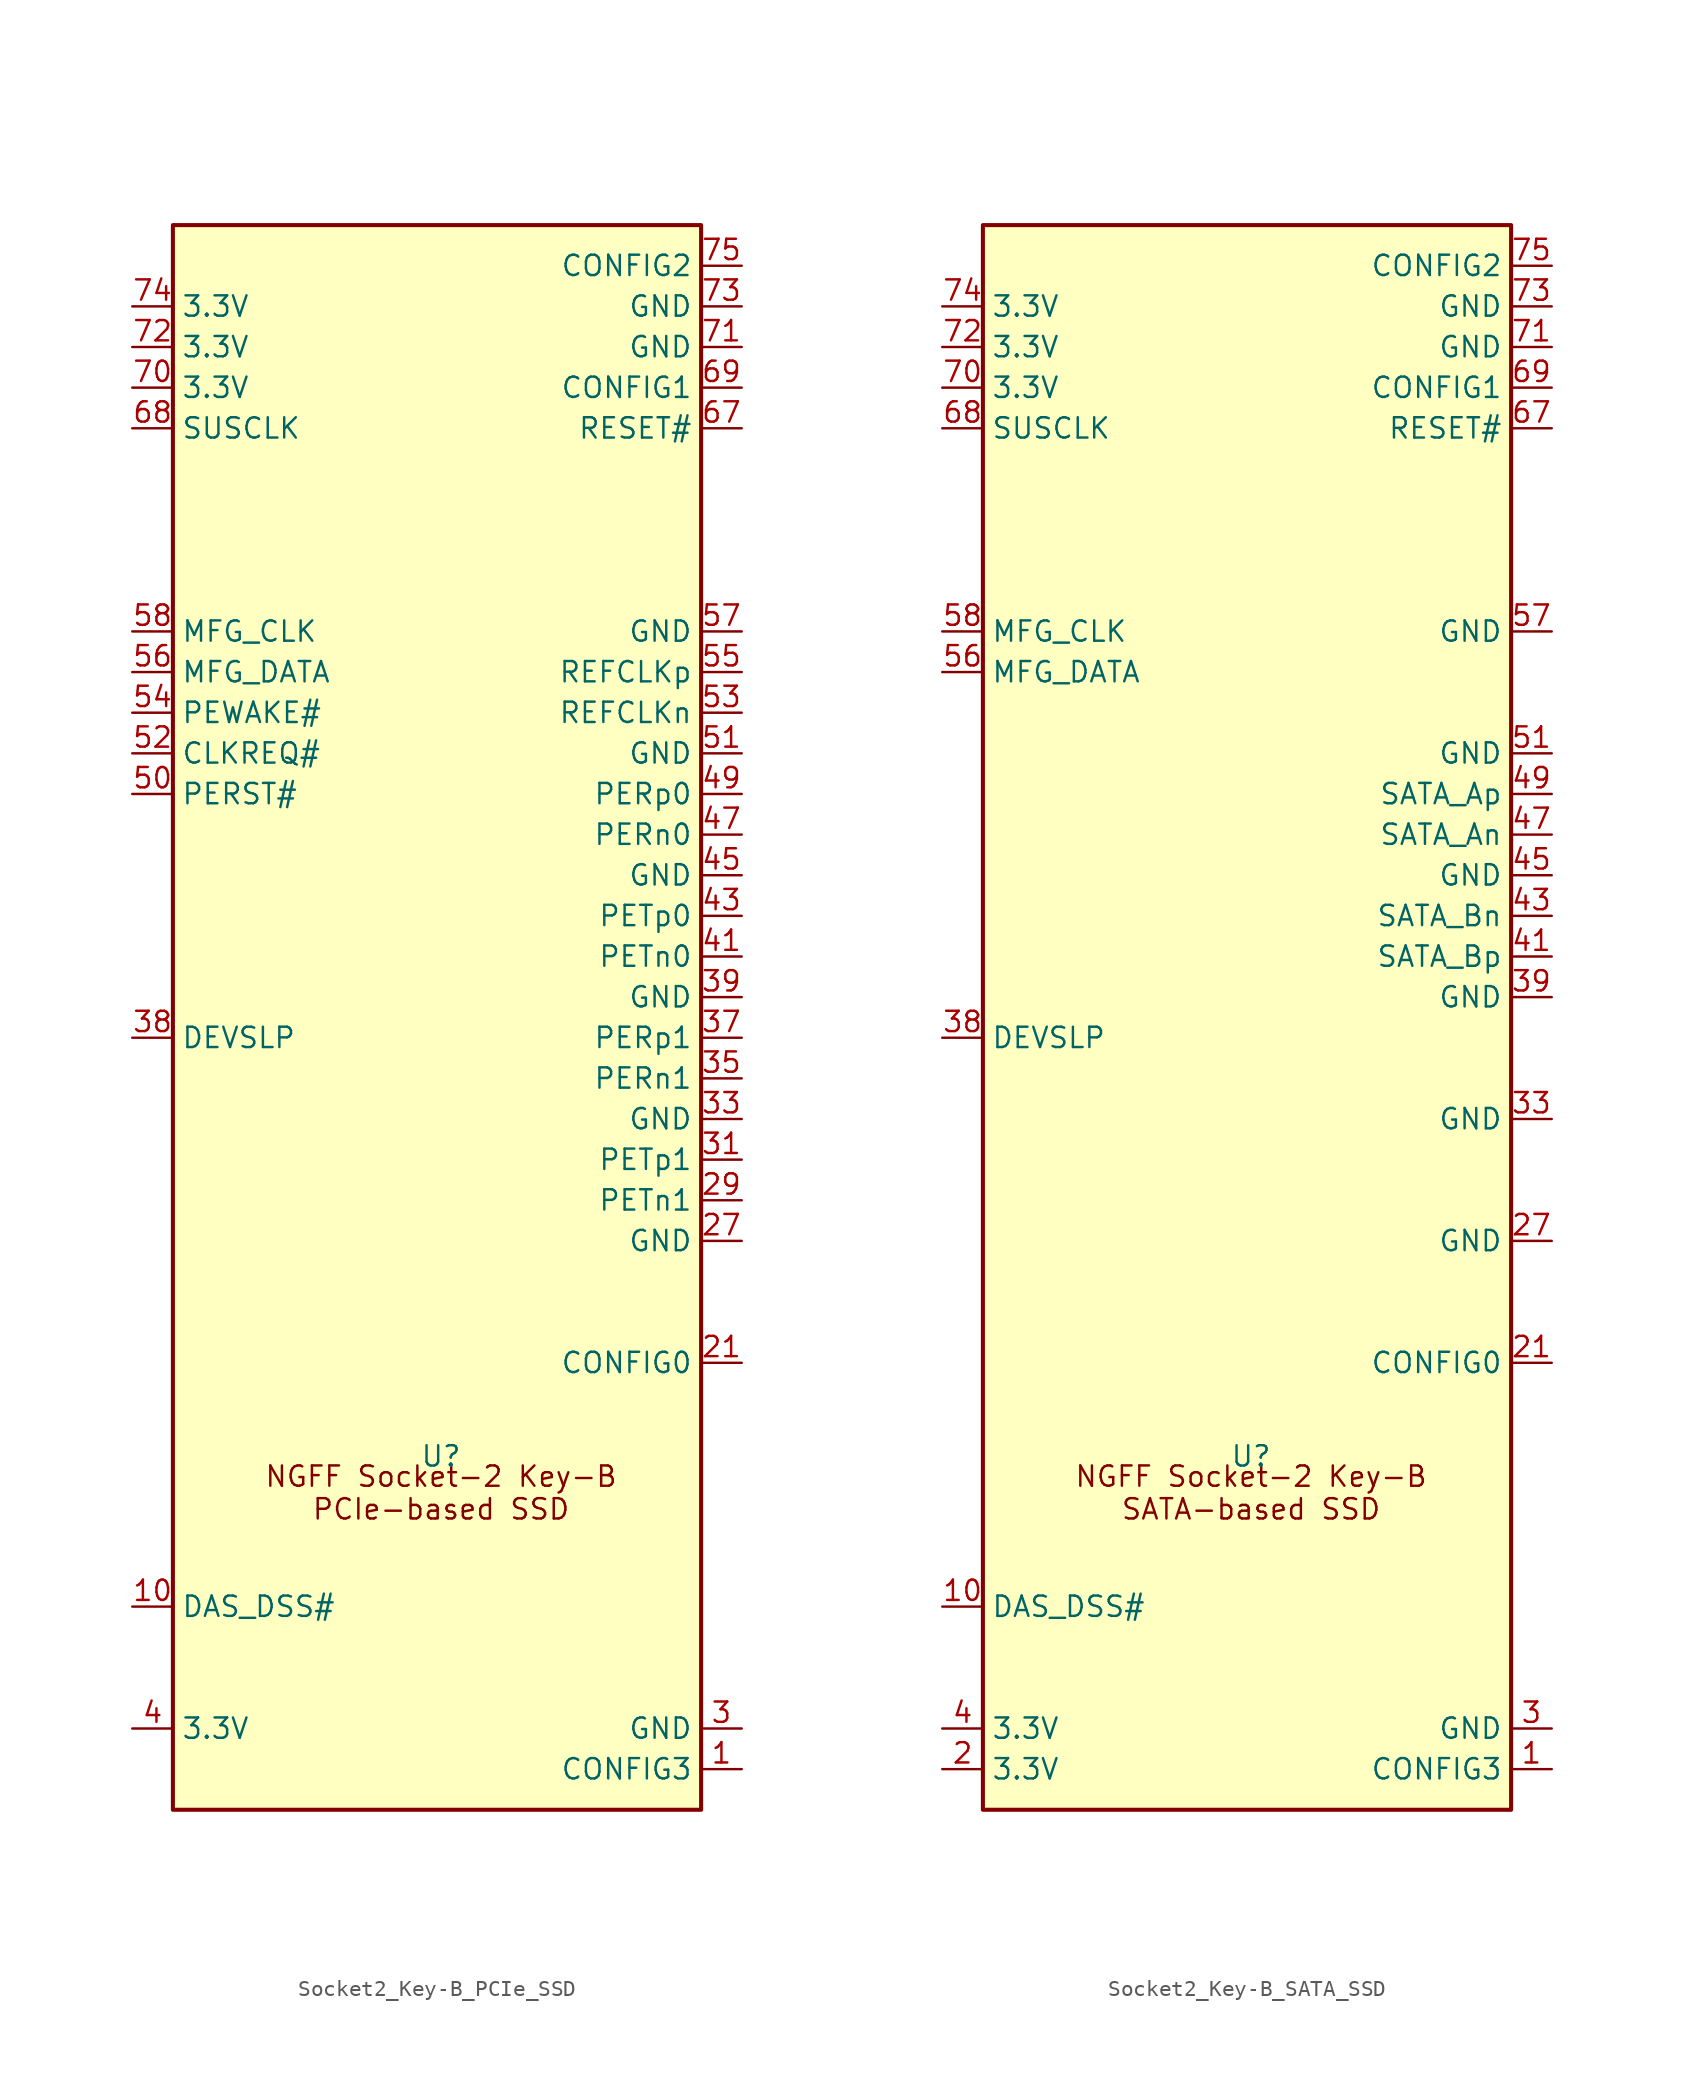
<source format=kicad_sym>
(kicad_symbol_lib
  (version 20241209)
  (generator "kicad_symbol_editor")
  (generator_version "9.0")
  (symbol "Socket2_Key-B_PCIe_SSD"
    (property "Reference" "U"
      (at 16.764 22.098 0)
      (effects (font (size 1.27 1.27))))
    (property "Value" ""
      (at 0 0 0)
      (effects (font (size 1.27 1.27))))
    (symbol "Socket2_Key-B_PCIe_SSD_0_1"
      (rectangle (start 0 99.06) (end 33.02 0) (stroke (width 0.254) (type default)) (fill (type background))))
    (symbol "Socket2_Key-B_PCIe_SSD_1_1"
      (text "NGFF Socket-2 Key-B\nPCIe-based SSD" (at 16.764 19.812 0) (effects (font (size 1.27 1.27))))
      (pin power_in line (at -2.54 93.98 0) (length 2.54) (name "3.3V" (effects (font (size 1.27 1.27)))) (number "74" (effects (font (size 1.27 1.27)))))
      (pin power_in line (at -2.54 91.44 0) (length 2.54) (name "3.3V" (effects (font (size 1.27 1.27)))) (number "72" (effects (font (size 1.27 1.27)))))
      (pin power_in line (at -2.54 88.9 0) (length 2.54) (name "3.3V" (effects (font (size 1.27 1.27)))) (number "70" (effects (font (size 1.27 1.27)))))
      (pin input line (at -2.54 86.36 0) (length 2.54) (name "SUSCLK" (effects (font (size 1.27 1.27)))) (number "68" (effects (font (size 1.27 1.27)))))
      (pin bidirectional line (at -2.54 73.66 0) (length 2.54) (name "MFG_CLK" (effects (font (size 1.27 1.27)))) (number "58" (effects (font (size 1.27 1.27)))))
      (pin bidirectional line (at -2.54 71.12 0) (length 2.54) (name "MFG_DATA" (effects (font (size 1.27 1.27)))) (number "56" (effects (font (size 1.27 1.27)))))
      (pin bidirectional line (at -2.54 68.58 0) (length 2.54) (name "PEWAKE#" (effects (font (size 1.27 1.27)))) (number "54" (effects (font (size 1.27 1.27)))))
      (pin bidirectional line (at -2.54 66.04 0) (length 2.54) (name "CLKREQ#" (effects (font (size 1.27 1.27)))) (number "52" (effects (font (size 1.27 1.27)))))
      (pin input line (at -2.54 63.5 0) (length 2.54) (name "PERST#" (effects (font (size 1.27 1.27)))) (number "50" (effects (font (size 1.27 1.27)))))
      (pin no_connect line (at -2.54 60.96 0) (length 2.54) (hide yes) (name "NC" (effects (font (size 1.27 1.27)))) (number "48" (effects (font (size 1.27 1.27)))))
      (pin no_connect line (at -2.54 58.42 0) (length 2.54) (hide yes) (name "NC" (effects (font (size 1.27 1.27)))) (number "46" (effects (font (size 1.27 1.27)))))
      (pin no_connect line (at -2.54 55.88 0) (length 2.54) (hide yes) (name "NC" (effects (font (size 1.27 1.27)))) (number "44" (effects (font (size 1.27 1.27)))))
      (pin no_connect line (at -2.54 53.34 0) (length 2.54) (hide yes) (name "NC" (effects (font (size 1.27 1.27)))) (number "42" (effects (font (size 1.27 1.27)))))
      (pin no_connect line (at -2.54 50.8 0) (length 2.54) (hide yes) (name "NC" (effects (font (size 1.27 1.27)))) (number "40" (effects (font (size 1.27 1.27)))))
      (pin input line (at -2.54 48.26 0) (length 2.54) (name "DEVSLP" (effects (font (size 1.27 1.27)))) (number "38" (effects (font (size 1.27 1.27)))))
      (pin no_connect line (at -2.54 45.72 0) (length 2.54) (hide yes) (name "NC" (effects (font (size 1.27 1.27)))) (number "36" (effects (font (size 1.27 1.27)))))
      (pin no_connect line (at -2.54 43.18 0) (length 2.54) (hide yes) (name "NC" (effects (font (size 1.27 1.27)))) (number "34" (effects (font (size 1.27 1.27)))))
      (pin no_connect line (at -2.54 40.64 0) (length 2.54) (hide yes) (name "NC" (effects (font (size 1.27 1.27)))) (number "32" (effects (font (size 1.27 1.27)))))
      (pin no_connect line (at -2.54 38.1 0) (length 2.54) (hide yes) (name "NC" (effects (font (size 1.27 1.27)))) (number "30" (effects (font (size 1.27 1.27)))))
      (pin no_connect line (at -2.54 35.56 0) (length 2.54) (hide yes) (name "NC" (effects (font (size 1.27 1.27)))) (number "28" (effects (font (size 1.27 1.27)))))
      (pin no_connect line (at -2.54 33.02 0) (length 2.54) (hide yes) (name "NC" (effects (font (size 1.27 1.27)))) (number "26" (effects (font (size 1.27 1.27)))))
      (pin no_connect line (at -2.54 30.48 0) (length 2.54) (hide yes) (name "NC" (effects (font (size 1.27 1.27)))) (number "24" (effects (font (size 1.27 1.27)))))
      (pin no_connect line (at -2.54 27.94 0) (length 2.54) (hide yes) (name "NC" (effects (font (size 1.27 1.27)))) (number "22" (effects (font (size 1.27 1.27)))))
      (pin no_connect line (at -2.54 25.4 0) (length 2.54) (hide yes) (name "NC" (effects (font (size 1.27 1.27)))) (number "20" (effects (font (size 1.27 1.27)))))
      (pin output line (at -2.54 12.7 0) (length 2.54) (name "DAS_DSS#" (effects (font (size 1.27 1.27)))) (number "10" (effects (font (size 1.27 1.27)))))
      (pin no_connect line (at -2.54 10.16 0) (length 2.54) (hide yes) (name "NC" (effects (font (size 1.27 1.27)))) (number "8" (effects (font (size 1.27 1.27)))))
      (pin no_connect line (at -2.54 7.62 0) (length 2.54) (hide yes) (name "NC" (effects (font (size 1.27 1.27)))) (number "6" (effects (font (size 1.27 1.27)))))
      (pin power_in line (at -2.54 5.08 0) (length 2.54) (name "3.3V" (effects (font (size 1.27 1.27)))) (number "4" (effects (font (size 1.27 1.27)))))
      (pin power_in line (at -2.54 2.54 0) (length 2.54) (hide yes) (name "3.3V" (effects (font (size 1.27 1.27)))) (number "2" (effects (font (size 1.27 1.27)))))
      (pin output line (at 35.56 96.52 180) (length 2.54) (name "CONFIG2" (effects (font (size 1.27 1.27)))) (number "75" (effects (font (size 1.27 1.27)))))
      (pin power_in line (at 35.56 93.98 180) (length 2.54) (name "GND" (effects (font (size 1.27 1.27)))) (number "73" (effects (font (size 1.27 1.27)))))
      (pin power_in line (at 35.56 91.44 180) (length 2.54) (name "GND" (effects (font (size 1.27 1.27)))) (number "71" (effects (font (size 1.27 1.27)))))
      (pin output line (at 35.56 88.9 180) (length 2.54) (name "CONFIG1" (effects (font (size 1.27 1.27)))) (number "69" (effects (font (size 1.27 1.27)))))
      (pin input line (at 35.56 86.36 180) (length 2.54) (name "RESET#" (effects (font (size 1.27 1.27)))) (number "67" (effects (font (size 1.27 1.27)))))
      (pin power_in line (at 35.56 73.66 180) (length 2.54) (name "GND" (effects (font (size 1.27 1.27)))) (number "57" (effects (font (size 1.27 1.27)))))
      (pin bidirectional line (at 35.56 71.12 180) (length 2.54) (name "REFCLKp" (effects (font (size 1.27 1.27)))) (number "55" (effects (font (size 1.27 1.27)))))
      (pin bidirectional line (at 35.56 68.58 180) (length 2.54) (name "REFCLKn" (effects (font (size 1.27 1.27)))) (number "53" (effects (font (size 1.27 1.27)))))
      (pin power_in line (at 35.56 66.04 180) (length 2.54) (name "GND" (effects (font (size 1.27 1.27)))) (number "51" (effects (font (size 1.27 1.27)))))
      (pin bidirectional line (at 35.56 63.5 180) (length 2.54) (name "PERp0" (effects (font (size 1.27 1.27)))) (number "49" (effects (font (size 1.27 1.27)))))
      (pin bidirectional line (at 35.56 60.96 180) (length 2.54) (name "PERn0" (effects (font (size 1.27 1.27)))) (number "47" (effects (font (size 1.27 1.27)))))
      (pin power_in line (at 35.56 58.42 180) (length 2.54) (name "GND" (effects (font (size 1.27 1.27)))) (number "45" (effects (font (size 1.27 1.27)))))
      (pin bidirectional line (at 35.56 55.88 180) (length 2.54) (name "PETp0" (effects (font (size 1.27 1.27)))) (number "43" (effects (font (size 1.27 1.27)))))
      (pin bidirectional line (at 35.56 53.34 180) (length 2.54) (name "PETn0" (effects (font (size 1.27 1.27)))) (number "41" (effects (font (size 1.27 1.27)))))
      (pin power_in line (at 35.56 50.8 180) (length 2.54) (name "GND" (effects (font (size 1.27 1.27)))) (number "39" (effects (font (size 1.27 1.27)))))
      (pin bidirectional line (at 35.56 48.26 180) (length 2.54) (name "PERp1" (effects (font (size 1.27 1.27)))) (number "37" (effects (font (size 1.27 1.27)))))
      (pin bidirectional line (at 35.56 45.72 180) (length 2.54) (name "PERn1" (effects (font (size 1.27 1.27)))) (number "35" (effects (font (size 1.27 1.27)))))
      (pin power_in line (at 35.56 43.18 180) (length 2.54) (name "GND" (effects (font (size 1.27 1.27)))) (number "33" (effects (font (size 1.27 1.27)))))
      (pin bidirectional line (at 35.56 40.64 180) (length 2.54) (name "PETp1" (effects (font (size 1.27 1.27)))) (number "31" (effects (font (size 1.27 1.27)))))
      (pin bidirectional line (at 35.56 38.1 180) (length 2.54) (name "PETn1" (effects (font (size 1.27 1.27)))) (number "29" (effects (font (size 1.27 1.27)))))
      (pin power_in line (at 35.56 35.56 180) (length 2.54) (name "GND" (effects (font (size 1.27 1.27)))) (number "27" (effects (font (size 1.27 1.27)))))
      (pin no_connect line (at 35.56 33.02 180) (length 2.54) (hide yes) (name "NC" (effects (font (size 1.27 1.27)))) (number "25" (effects (font (size 1.27 1.27)))))
      (pin no_connect line (at 35.56 30.48 180) (length 2.54) (hide yes) (name "NC" (effects (font (size 1.27 1.27)))) (number "23" (effects (font (size 1.27 1.27)))))
      (pin output line (at 35.56 27.94 180) (length 2.54) (name "CONFIG0" (effects (font (size 1.27 1.27)))) (number "21" (effects (font (size 1.27 1.27)))))
      (pin no_connect line (at 35.56 15.24 180) (length 2.54) (hide yes) (name "NC" (effects (font (size 1.27 1.27)))) (number "11" (effects (font (size 1.27 1.27)))))
      (pin no_connect line (at 35.56 12.7 180) (length 2.54) (hide yes) (name "NC" (effects (font (size 1.27 1.27)))) (number "9" (effects (font (size 1.27 1.27)))))
      (pin no_connect line (at 35.56 10.16 180) (length 2.54) (hide yes) (name "NC" (effects (font (size 1.27 1.27)))) (number "7" (effects (font (size 1.27 1.27)))))
      (pin no_connect line (at 35.56 7.62 180) (length 2.54) (hide yes) (name "NC" (effects (font (size 1.27 1.27)))) (number "5" (effects (font (size 1.27 1.27)))))
      (pin power_in line (at 35.56 5.08 180) (length 2.54) (name "GND" (effects (font (size 1.27 1.27)))) (number "3" (effects (font (size 1.27 1.27)))))
      (pin output line (at 35.56 2.54 180) (length 2.54) (name "CONFIG3" (effects (font (size 1.27 1.27)))) (number "1" (effects (font (size 1.27 1.27)))))))
  (symbol "Socket2_Key-B_SATA_SSD"
    (property "Reference" "U"
      (at 16.764 22.098 0)
      (effects (font (size 1.27 1.27))))
    (property "Value" ""
      (at 0 0 0)
      (effects (font (size 1.27 1.27))))
    (symbol "Socket2_Key-B_SATA_SSD_0_1"
      (rectangle (start 0 99.06) (end 33.02 0) (stroke (width 0.254) (type default)) (fill (type background))))
    (symbol "Socket2_Key-B_SATA_SSD_1_1"
      (text "NGFF Socket-2 Key-B\nSATA-based SSD" (at 16.764 19.812 0) (effects (font (size 1.27 1.27))))
      (pin power_in line (at -2.54 93.98 0) (length 2.54) (name "3.3V" (effects (font (size 1.27 1.27)))) (number "74" (effects (font (size 1.27 1.27)))))
      (pin power_in line (at -2.54 91.44 0) (length 2.54) (name "3.3V" (effects (font (size 1.27 1.27)))) (number "72" (effects (font (size 1.27 1.27)))))
      (pin power_in line (at -2.54 88.9 0) (length 2.54) (name "3.3V" (effects (font (size 1.27 1.27)))) (number "70" (effects (font (size 1.27 1.27)))))
      (pin input line (at -2.54 86.36 0) (length 2.54) (name "SUSCLK" (effects (font (size 1.27 1.27)))) (number "68" (effects (font (size 1.27 1.27)))))
      (pin bidirectional line (at -2.54 73.66 0) (length 2.54) (name "MFG_CLK" (effects (font (size 1.27 1.27)))) (number "58" (effects (font (size 1.27 1.27)))))
      (pin bidirectional line (at -2.54 71.12 0) (length 2.54) (name "MFG_DATA" (effects (font (size 1.27 1.27)))) (number "56" (effects (font (size 1.27 1.27)))))
      (pin no_connect line (at -2.54 68.58 0) (length 2.54) (hide yes) (name "NC" (effects (font (size 1.27 1.27)))) (number "54" (effects (font (size 1.27 1.27)))))
      (pin no_connect line (at -2.54 66.04 0) (length 2.54) (hide yes) (name "NC" (effects (font (size 1.27 1.27)))) (number "52" (effects (font (size 1.27 1.27)))))
      (pin no_connect line (at -2.54 63.5 0) (length 2.54) (hide yes) (name "NC" (effects (font (size 1.27 1.27)))) (number "50" (effects (font (size 1.27 1.27)))))
      (pin no_connect line (at -2.54 60.96 0) (length 2.54) (hide yes) (name "NC" (effects (font (size 1.27 1.27)))) (number "48" (effects (font (size 1.27 1.27)))))
      (pin no_connect line (at -2.54 58.42 0) (length 2.54) (hide yes) (name "NC" (effects (font (size 1.27 1.27)))) (number "46" (effects (font (size 1.27 1.27)))))
      (pin no_connect line (at -2.54 55.88 0) (length 2.54) (hide yes) (name "NC" (effects (font (size 1.27 1.27)))) (number "44" (effects (font (size 1.27 1.27)))))
      (pin no_connect line (at -2.54 53.34 0) (length 2.54) (hide yes) (name "NC" (effects (font (size 1.27 1.27)))) (number "42" (effects (font (size 1.27 1.27)))))
      (pin no_connect line (at -2.54 50.8 0) (length 2.54) (hide yes) (name "NC" (effects (font (size 1.27 1.27)))) (number "40" (effects (font (size 1.27 1.27)))))
      (pin input line (at -2.54 48.26 0) (length 2.54) (name "DEVSLP" (effects (font (size 1.27 1.27)))) (number "38" (effects (font (size 1.27 1.27)))))
      (pin no_connect line (at -2.54 45.72 0) (length 2.54) (hide yes) (name "NC" (effects (font (size 1.27 1.27)))) (number "36" (effects (font (size 1.27 1.27)))))
      (pin no_connect line (at -2.54 43.18 0) (length 2.54) (hide yes) (name "NC" (effects (font (size 1.27 1.27)))) (number "34" (effects (font (size 1.27 1.27)))))
      (pin no_connect line (at -2.54 40.64 0) (length 2.54) (hide yes) (name "NC" (effects (font (size 1.27 1.27)))) (number "32" (effects (font (size 1.27 1.27)))))
      (pin no_connect line (at -2.54 38.1 0) (length 2.54) (hide yes) (name "NC" (effects (font (size 1.27 1.27)))) (number "30" (effects (font (size 1.27 1.27)))))
      (pin no_connect line (at -2.54 35.56 0) (length 2.54) (hide yes) (name "NC" (effects (font (size 1.27 1.27)))) (number "28" (effects (font (size 1.27 1.27)))))
      (pin no_connect line (at -2.54 33.02 0) (length 2.54) (hide yes) (name "NC" (effects (font (size 1.27 1.27)))) (number "26" (effects (font (size 1.27 1.27)))))
      (pin no_connect line (at -2.54 30.48 0) (length 2.54) (hide yes) (name "NC" (effects (font (size 1.27 1.27)))) (number "24" (effects (font (size 1.27 1.27)))))
      (pin no_connect line (at -2.54 27.94 0) (length 2.54) (hide yes) (name "NC" (effects (font (size 1.27 1.27)))) (number "22" (effects (font (size 1.27 1.27)))))
      (pin no_connect line (at -2.54 25.4 0) (length 2.54) (hide yes) (name "NC" (effects (font (size 1.27 1.27)))) (number "20" (effects (font (size 1.27 1.27)))))
      (pin output line (at -2.54 12.7 0) (length 2.54) (name "DAS_DSS#" (effects (font (size 1.27 1.27)))) (number "10" (effects (font (size 1.27 1.27)))))
      (pin no_connect line (at -2.54 10.16 0) (length 2.54) (hide yes) (name "NC" (effects (font (size 1.27 1.27)))) (number "8" (effects (font (size 1.27 1.27)))))
      (pin no_connect line (at -2.54 7.62 0) (length 2.54) (hide yes) (name "NC" (effects (font (size 1.27 1.27)))) (number "6" (effects (font (size 1.27 1.27)))))
      (pin power_in line (at -2.54 5.08 0) (length 2.54) (name "3.3V" (effects (font (size 1.27 1.27)))) (number "4" (effects (font (size 1.27 1.27)))))
      (pin power_in line (at -2.54 2.54 0) (length 2.54) (name "3.3V" (effects (font (size 1.27 1.27)))) (number "2" (effects (font (size 1.27 1.27)))))
      (pin output line (at 35.56 96.52 180) (length 2.54) (name "CONFIG2" (effects (font (size 1.27 1.27)))) (number "75" (effects (font (size 1.27 1.27)))))
      (pin power_in line (at 35.56 93.98 180) (length 2.54) (name "GND" (effects (font (size 1.27 1.27)))) (number "73" (effects (font (size 1.27 1.27)))))
      (pin power_in line (at 35.56 91.44 180) (length 2.54) (name "GND" (effects (font (size 1.27 1.27)))) (number "71" (effects (font (size 1.27 1.27)))))
      (pin output line (at 35.56 88.9 180) (length 2.54) (name "CONFIG1" (effects (font (size 1.27 1.27)))) (number "69" (effects (font (size 1.27 1.27)))))
      (pin input line (at 35.56 86.36 180) (length 2.54) (name "RESET#" (effects (font (size 1.27 1.27)))) (number "67" (effects (font (size 1.27 1.27)))))
      (pin power_in line (at 35.56 73.66 180) (length 2.54) (name "GND" (effects (font (size 1.27 1.27)))) (number "57" (effects (font (size 1.27 1.27)))))
      (pin no_connect line (at 35.56 71.12 180) (length 2.54) (hide yes) (name "NC" (effects (font (size 1.27 1.27)))) (number "55" (effects (font (size 1.27 1.27)))))
      (pin no_connect line (at 35.56 68.58 180) (length 2.54) (hide yes) (name "NC" (effects (font (size 1.27 1.27)))) (number "53" (effects (font (size 1.27 1.27)))))
      (pin power_in line (at 35.56 66.04 180) (length 2.54) (name "GND" (effects (font (size 1.27 1.27)))) (number "51" (effects (font (size 1.27 1.27)))))
      (pin bidirectional line (at 35.56 63.5 180) (length 2.54) (name "SATA_Ap" (effects (font (size 1.27 1.27)))) (number "49" (effects (font (size 1.27 1.27)))))
      (pin bidirectional line (at 35.56 60.96 180) (length 2.54) (name "SATA_An" (effects (font (size 1.27 1.27)))) (number "47" (effects (font (size 1.27 1.27)))))
      (pin power_in line (at 35.56 58.42 180) (length 2.54) (name "GND" (effects (font (size 1.27 1.27)))) (number "45" (effects (font (size 1.27 1.27)))))
      (pin bidirectional line (at 35.56 55.88 180) (length 2.54) (name "SATA_Bn" (effects (font (size 1.27 1.27)))) (number "43" (effects (font (size 1.27 1.27)))))
      (pin bidirectional line (at 35.56 53.34 180) (length 2.54) (name "SATA_Bp" (effects (font (size 1.27 1.27)))) (number "41" (effects (font (size 1.27 1.27)))))
      (pin power_in line (at 35.56 50.8 180) (length 2.54) (name "GND" (effects (font (size 1.27 1.27)))) (number "39" (effects (font (size 1.27 1.27)))))
      (pin no_connect line (at 35.56 48.26 180) (length 2.54) (hide yes) (name "NC" (effects (font (size 1.27 1.27)))) (number "37" (effects (font (size 1.27 1.27)))))
      (pin no_connect line (at 35.56 45.72 180) (length 2.54) (hide yes) (name "NC" (effects (font (size 1.27 1.27)))) (number "35g" (effects (font (size 1.27 1.27)))))
      (pin power_in line (at 35.56 43.18 180) (length 2.54) (name "GND" (effects (font (size 1.27 1.27)))) (number "33" (effects (font (size 1.27 1.27)))))
      (pin no_connect line (at 35.56 40.64 180) (length 2.54) (hide yes) (name "NC" (effects (font (size 1.27 1.27)))) (number "31" (effects (font (size 1.27 1.27)))))
      (pin no_connect line (at 35.56 38.1 180) (length 2.54) (hide yes) (name "NC" (effects (font (size 1.27 1.27)))) (number "29" (effects (font (size 1.27 1.27)))))
      (pin power_in line (at 35.56 35.56 180) (length 2.54) (name "GND" (effects (font (size 1.27 1.27)))) (number "27" (effects (font (size 1.27 1.27)))))
      (pin no_connect line (at 35.56 33.02 180) (length 2.54) (hide yes) (name "NC" (effects (font (size 1.27 1.27)))) (number "25" (effects (font (size 1.27 1.27)))))
      (pin no_connect line (at 35.56 30.48 180) (length 2.54) (hide yes) (name "NC" (effects (font (size 1.27 1.27)))) (number "23" (effects (font (size 1.27 1.27)))))
      (pin output line (at 35.56 27.94 180) (length 2.54) (name "CONFIG0" (effects (font (size 1.27 1.27)))) (number "21" (effects (font (size 1.27 1.27)))))
      (pin no_connect line (at 35.56 15.24 180) (length 2.54) (hide yes) (name "NC" (effects (font (size 1.27 1.27)))) (number "11" (effects (font (size 1.27 1.27)))))
      (pin no_connect line (at 35.56 12.7 180) (length 2.54) (hide yes) (name "NC" (effects (font (size 1.27 1.27)))) (number "9" (effects (font (size 1.27 1.27)))))
      (pin no_connect line (at 35.56 10.16 180) (length 2.54) (hide yes) (name "NC" (effects (font (size 1.27 1.27)))) (number "7" (effects (font (size 1.27 1.27)))))
      (pin no_connect line (at 35.56 7.62 180) (length 2.54) (hide yes) (name "NC" (effects (font (size 1.27 1.27)))) (number "5" (effects (font (size 1.27 1.27)))))
      (pin power_in line (at 35.56 5.08 180) (length 2.54) (name "GND" (effects (font (size 1.27 1.27)))) (number "3" (effects (font (size 1.27 1.27)))))
      (pin output line (at 35.56 2.54 180) (length 2.54) (name "CONFIG3" (effects (font (size 1.27 1.27)))) (number "1" (effects (font (size 1.27 1.27))))))))
</source>
